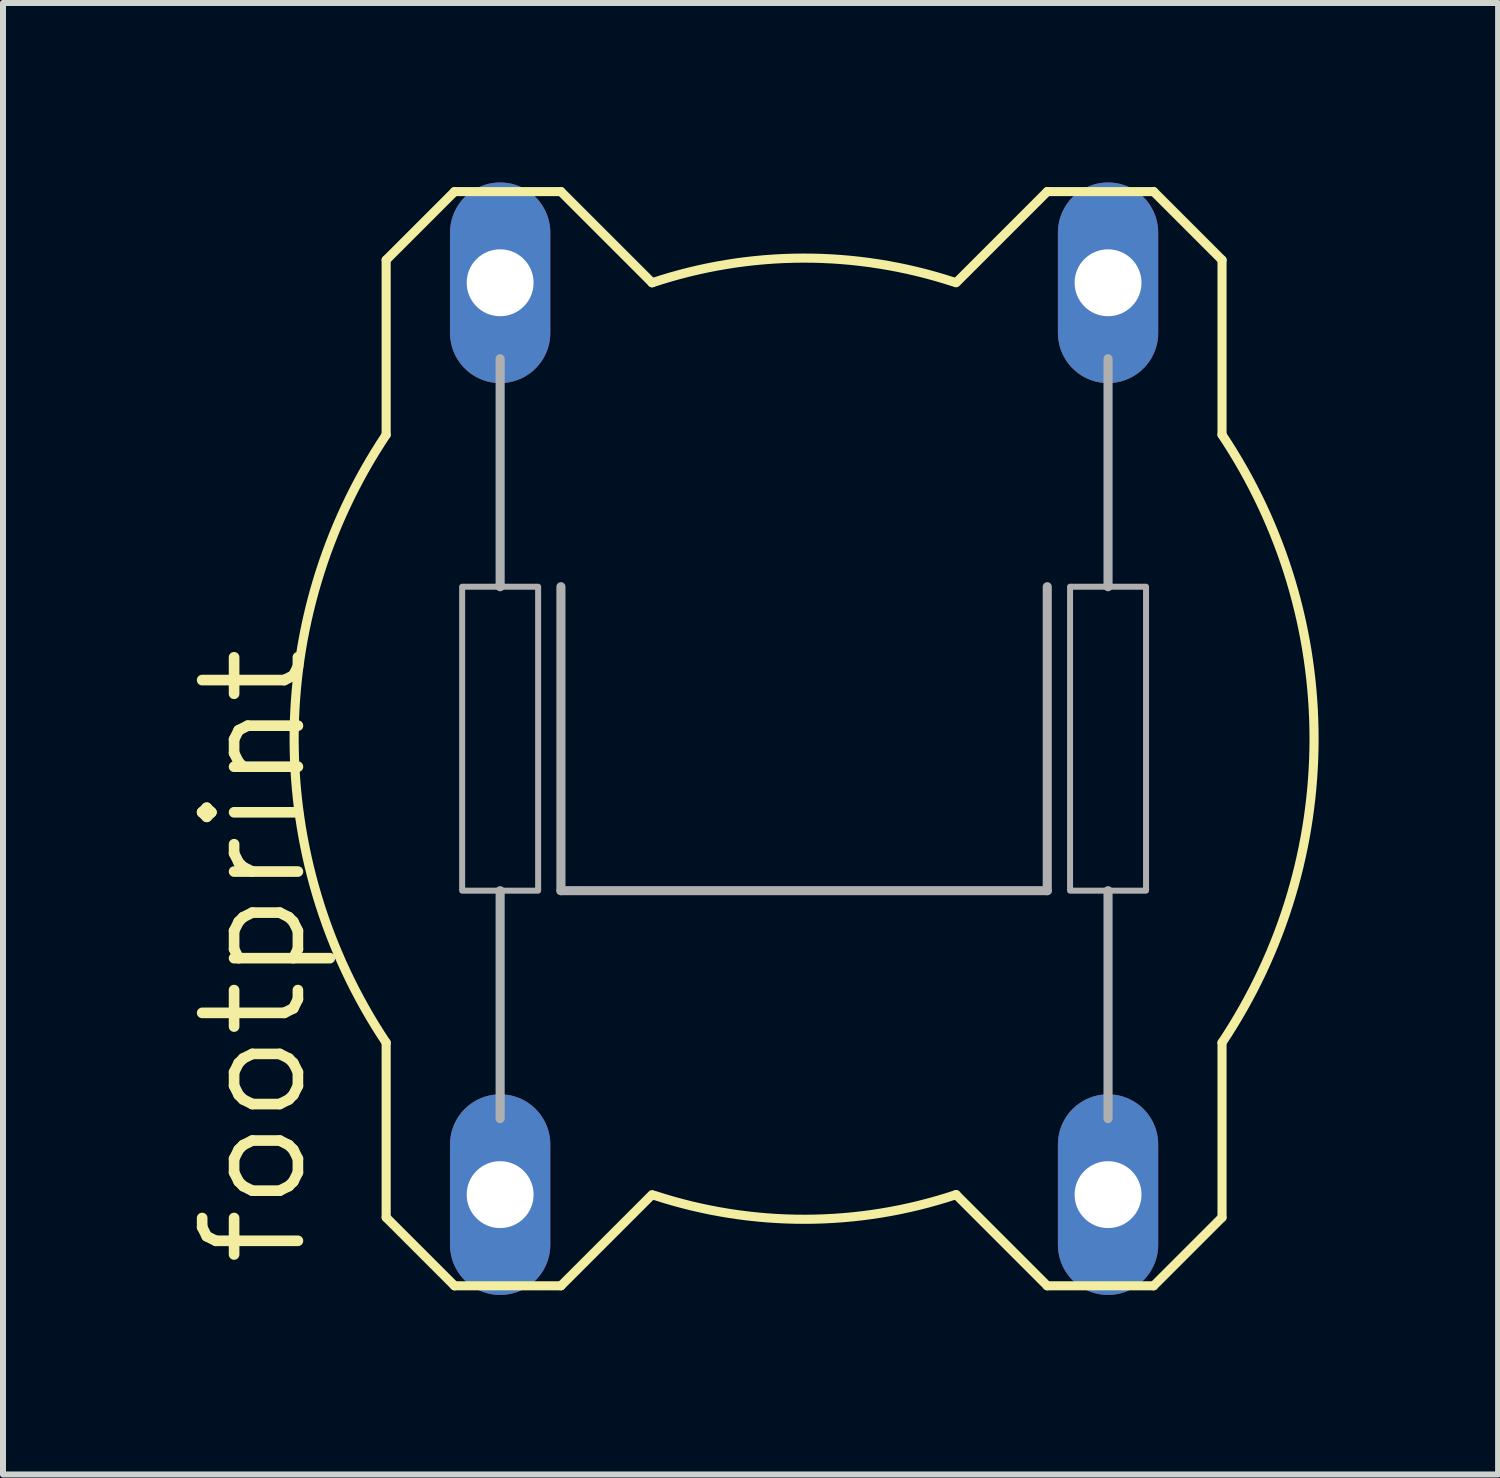
<source format=kicad_pcb>
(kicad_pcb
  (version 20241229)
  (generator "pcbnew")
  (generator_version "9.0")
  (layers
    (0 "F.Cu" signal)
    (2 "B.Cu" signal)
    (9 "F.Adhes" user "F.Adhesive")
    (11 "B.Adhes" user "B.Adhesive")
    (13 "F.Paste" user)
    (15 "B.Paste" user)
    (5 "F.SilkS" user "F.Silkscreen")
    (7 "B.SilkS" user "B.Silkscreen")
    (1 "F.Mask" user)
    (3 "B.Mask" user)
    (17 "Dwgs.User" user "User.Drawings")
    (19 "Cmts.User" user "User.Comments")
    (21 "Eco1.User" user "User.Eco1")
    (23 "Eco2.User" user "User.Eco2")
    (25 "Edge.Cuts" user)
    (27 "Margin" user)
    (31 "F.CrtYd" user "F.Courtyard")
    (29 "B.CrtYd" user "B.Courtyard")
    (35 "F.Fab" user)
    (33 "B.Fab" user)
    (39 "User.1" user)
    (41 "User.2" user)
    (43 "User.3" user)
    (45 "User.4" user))
  (footprint "footprint"
    (layer "F.Cu")
    (at 10.389 9.296)
    (property "Reference" "footprint" (at -8.255 8.89 90) (layer "F.SilkS") (effects (font (size 1.6 1.6) (thickness 0.178)) (justify left bottom)))
    (fp_line (start -6.985 -8.001) (end -6.985 -5.08) (stroke (width 0.152) (type solid)) (layer "F.SilkS"))
    (fp_line (start -6.985 -8.001) (end -5.842 -9.144) (stroke (width 0.152) (type solid)) (layer "F.SilkS"))
    (fp_line (start -6.985 5.08) (end -6.985 8.001) (stroke (width 0.152) (type solid)) (layer "F.SilkS"))
    (fp_line (start -5.842 9.144) (end -6.985 8.001) (stroke (width 0.152) (type solid)) (layer "F.SilkS"))
    (fp_line (start -4.064 -9.144) (end -5.842 -9.144) (stroke (width 0.152) (type solid)) (layer "F.SilkS"))
    (fp_line (start -4.064 9.144) (end -5.842 9.144) (stroke (width 0.152) (type solid)) (layer "F.SilkS"))
    (fp_line (start -2.54 -7.62) (end -4.064 -9.144) (stroke (width 0.152) (type solid)) (layer "F.SilkS"))
    (fp_line (start -2.54 7.62) (end -4.064 9.144) (stroke (width 0.152) (type solid)) (layer "F.SilkS"))
    (fp_line (start 2.54 7.62) (end 4.064 9.144) (stroke (width 0.152) (type solid)) (layer "F.SilkS"))
    (fp_line (start 4.064 -9.144) (end 2.54 -7.62) (stroke (width 0.152) (type solid)) (layer "F.SilkS"))
    (fp_line (start 4.064 -9.144) (end 5.842 -9.144) (stroke (width 0.152) (type solid)) (layer "F.SilkS"))
    (fp_line (start 5.842 9.144) (end 4.064 9.144) (stroke (width 0.152) (type solid)) (layer "F.SilkS"))
    (fp_line (start 6.985 -8.001) (end 5.842 -9.144) (stroke (width 0.152) (type solid)) (layer "F.SilkS"))
    (fp_line (start 6.985 -8.001) (end 6.985 -5.08) (stroke (width 0.152) (type solid)) (layer "F.SilkS"))
    (fp_line (start 6.985 5.08) (end 6.985 8.001) (stroke (width 0.152) (type solid)) (layer "F.SilkS"))
    (fp_line (start 6.985 8.001) (end 5.842 9.144) (stroke (width 0.152) (type solid)) (layer "F.SilkS"))
    (fp_arc (start -6.985 5.08) (mid -8.5231 0) (end -6.985 -5.08) (stroke (width 0.1524) (type solid)) (layer "F.SilkS"))
    (fp_arc (start -2.54 -7.62) (mid -0.02196 -8.032168) (end 2.4983 -7.6338) (stroke (width 0.1524) (type solid)) (layer "F.SilkS"))
    (fp_arc (start 2.54 7.62) (mid 0.02196 8.032168) (end -2.4983 7.6338) (stroke (width 0.1524) (type solid)) (layer "F.SilkS"))
    (fp_arc (start 6.985 -5.08) (mid 8.5231 0) (end 6.985 5.08) (stroke (width 0.1524) (type solid)) (layer "F.SilkS"))
    (fp_line (start -5.08 -6.35) (end -5.08 -2.54) (stroke (width 0.152) (type solid)) (layer "F.Fab"))
    (fp_line (start -5.08 2.54) (end -5.08 6.35) (stroke (width 0.152) (type solid)) (layer "F.Fab"))
    (fp_line (start -4.064 2.54) (end -4.064 -2.54) (stroke (width 0.152) (type solid)) (layer "F.Fab"))
    (fp_line (start -4.064 2.54) (end 4.064 2.54) (stroke (width 0.152) (type solid)) (layer "F.Fab"))
    (fp_line (start 4.064 2.54) (end 4.064 -2.54) (stroke (width 0.152) (type solid)) (layer "F.Fab"))
    (fp_line (start 5.08 -6.35) (end 5.08 -2.54) (stroke (width 0.152) (type solid)) (layer "F.Fab"))
    (fp_line (start 5.08 2.54) (end 5.08 6.35) (stroke (width 0.152) (type solid)) (layer "F.Fab"))
    (fp_poly (pts (xy -5.715 2.54) (xy -4.445 2.54) (xy -4.445 -2.54) (xy -5.715 -2.54)) (stroke (width 0.1) (type solid)) (fill no) (layer "F.Fab"))
    (fp_poly (pts (xy 4.445 2.54) (xy 5.715 2.54) (xy 5.715 -2.54) (xy 4.445 -2.54)) (stroke (width 0.1) (type solid)) (fill no) (layer "F.Fab"))
    (pad "1" thru_hole oval (at -5.08 7.62 90) (size 3.353 1.676) (drill 1.118) (layers "*.Cu" "*.Mask"))
    (pad "2" thru_hole oval (at -5.08 -7.62 90) (size 3.353 1.676) (drill 1.118) (layers "*.Cu" "*.Mask"))
    (pad "3" thru_hole oval (at 5.08 7.62 90) (size 3.353 1.676) (drill 1.118) (layers "*.Cu" "*.Mask"))
    (pad "4" thru_hole oval (at 5.08 -7.62 90) (size 3.353 1.676) (drill 1.118) (layers "*.Cu" "*.Mask")))
  (gr_rect
    (start -3 -3)
    (end 21.988 21.593)
    (stroke (width 0.1) (type default))
    (fill no)
    (layer "Edge.Cuts")))
</source>
